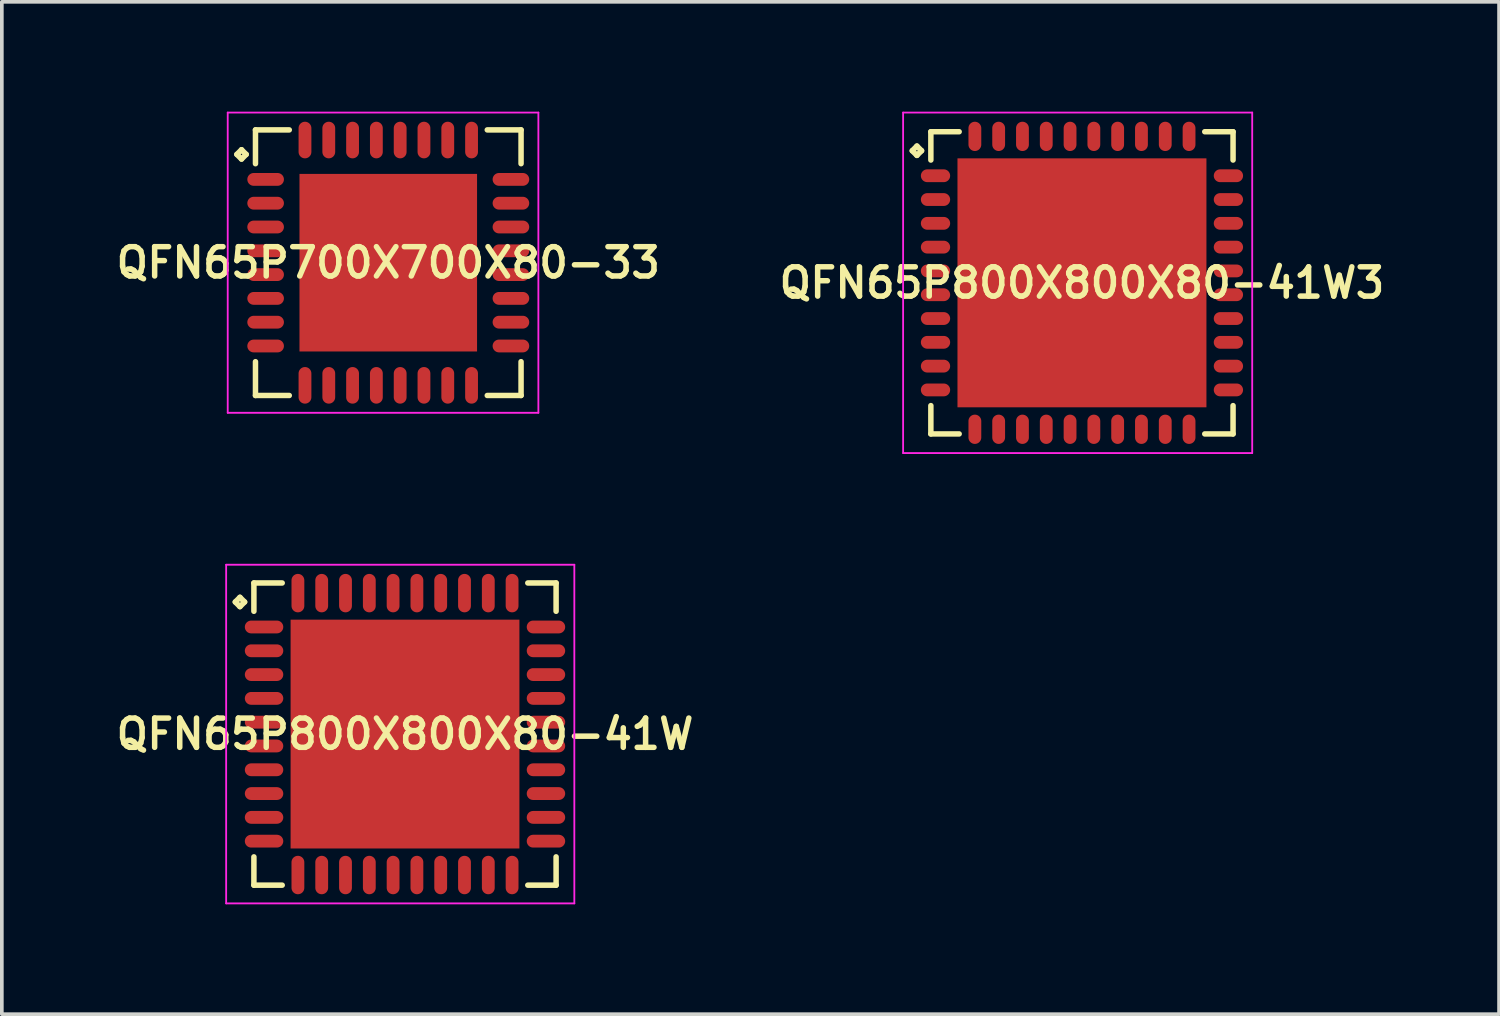
<source format=kicad_pcb>
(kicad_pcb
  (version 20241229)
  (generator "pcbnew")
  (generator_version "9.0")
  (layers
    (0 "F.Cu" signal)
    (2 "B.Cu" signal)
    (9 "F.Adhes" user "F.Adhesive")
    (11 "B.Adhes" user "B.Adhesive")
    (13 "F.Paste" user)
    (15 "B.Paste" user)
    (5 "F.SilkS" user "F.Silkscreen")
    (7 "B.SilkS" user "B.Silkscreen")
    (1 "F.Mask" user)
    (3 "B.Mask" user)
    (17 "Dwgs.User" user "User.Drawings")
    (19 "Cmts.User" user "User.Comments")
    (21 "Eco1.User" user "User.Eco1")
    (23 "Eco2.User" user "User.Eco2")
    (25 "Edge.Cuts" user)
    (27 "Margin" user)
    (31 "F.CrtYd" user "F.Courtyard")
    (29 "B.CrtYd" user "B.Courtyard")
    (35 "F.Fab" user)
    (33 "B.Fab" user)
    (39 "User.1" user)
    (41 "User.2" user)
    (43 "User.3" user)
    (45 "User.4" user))
  (footprint "QFN65P800X800X80-41W3"
    (layer "F.Cu")
    (at 26.502 4.675)
    (property "Reference" "QFN65P800X800X80-41W3" (at 0 0 0) (layer "F.SilkS") (effects (font (size 0.8 0.8) (thickness 0.15))))
    (attr smd)
    (fp_line (start -4.635 -3.608) (end -4.508 -3.735) (stroke (width 0.15) (type solid)) (layer "F.SilkS"))
    (fp_line (start -4.508 -3.735) (end -4.381 -3.608) (stroke (width 0.15) (type solid)) (layer "F.SilkS"))
    (fp_line (start -4.508 -3.481) (end -4.635 -3.608) (stroke (width 0.15) (type solid)) (layer "F.SilkS"))
    (fp_line (start -4.381 -3.608) (end -4.508 -3.481) (stroke (width 0.15) (type solid)) (layer "F.SilkS"))
    (fp_line (start -4.127 -4.127) (end -3.354 -4.127) (stroke (width 0.15) (type solid)) (layer "F.SilkS"))
    (fp_line (start -4.127 -3.354) (end -4.127 -4.127) (stroke (width 0.15) (type solid)) (layer "F.SilkS"))
    (fp_line (start -4.127 3.354) (end -4.127 4.127) (stroke (width 0.15) (type solid)) (layer "F.SilkS"))
    (fp_line (start -4.127 4.127) (end -3.354 4.127) (stroke (width 0.15) (type solid)) (layer "F.SilkS"))
    (fp_line (start 3.354 -4.127) (end 4.127 -4.127) (stroke (width 0.15) (type solid)) (layer "F.SilkS"))
    (fp_line (start 3.354 4.127) (end 4.127 4.127) (stroke (width 0.15) (type solid)) (layer "F.SilkS"))
    (fp_line (start 4.127 -4.127) (end 4.127 -3.354) (stroke (width 0.15) (type solid)) (layer "F.SilkS"))
    (fp_line (start 4.127 4.127) (end 4.127 3.354) (stroke (width 0.15) (type solid)) (layer "F.SilkS"))
    (fp_line (start -4.885 -4.65) (end 4.65 -4.65) (stroke (width 0.05) (type solid)) (layer "F.CrtYd"))
    (fp_line (start -4.885 4.65) (end -4.885 -4.65) (stroke (width 0.05) (type solid)) (layer "F.CrtYd"))
    (fp_line (start 4.65 -4.65) (end 4.65 4.65) (stroke (width 0.05) (type solid)) (layer "F.CrtYd"))
    (fp_line (start 4.65 4.65) (end -4.885 4.65) (stroke (width 0.05) (type solid)) (layer "F.CrtYd"))
    (pad "1" smd oval (at -4 -2.925) (size 0.8 0.35) (layers "F.Cu" "F.Mask" "F.Paste"))
    (pad "2" smd oval (at -4 -2.275) (size 0.8 0.35) (layers "F.Cu" "F.Mask" "F.Paste"))
    (pad "3" smd oval (at -4 -1.625) (size 0.8 0.35) (layers "F.Cu" "F.Mask" "F.Paste"))
    (pad "4" smd oval (at -4 -0.975) (size 0.8 0.35) (layers "F.Cu" "F.Mask" "F.Paste"))
    (pad "5" smd oval (at -4 -0.325) (size 0.8 0.35) (layers "F.Cu" "F.Mask" "F.Paste"))
    (pad "6" smd oval (at -4 0.325) (size 0.8 0.35) (layers "F.Cu" "F.Mask" "F.Paste"))
    (pad "7" smd oval (at -4 0.975) (size 0.8 0.35) (layers "F.Cu" "F.Mask" "F.Paste"))
    (pad "8" smd oval (at -4 1.625) (size 0.8 0.35) (layers "F.Cu" "F.Mask" "F.Paste"))
    (pad "9" smd oval (at -4 2.275) (size 0.8 0.35) (layers "F.Cu" "F.Mask" "F.Paste"))
    (pad "10" smd oval (at -4 2.925) (size 0.8 0.35) (layers "F.Cu" "F.Mask" "F.Paste"))
    (pad "11" smd oval (at -2.925 4) (size 0.35 0.8) (layers "F.Cu" "F.Mask" "F.Paste"))
    (pad "12" smd oval (at -2.275 4) (size 0.35 0.8) (layers "F.Cu" "F.Mask" "F.Paste"))
    (pad "13" smd oval (at -1.625 4) (size 0.35 0.8) (layers "F.Cu" "F.Mask" "F.Paste"))
    (pad "14" smd oval (at -0.975 4) (size 0.35 0.8) (layers "F.Cu" "F.Mask" "F.Paste"))
    (pad "15" smd oval (at -0.325 4) (size 0.35 0.8) (layers "F.Cu" "F.Mask" "F.Paste"))
    (pad "16" smd oval (at 0.325 4) (size 0.35 0.8) (layers "F.Cu" "F.Mask" "F.Paste"))
    (pad "17" smd oval (at 0.975 4) (size 0.35 0.8) (layers "F.Cu" "F.Mask" "F.Paste"))
    (pad "18" smd oval (at 1.625 4) (size 0.35 0.8) (layers "F.Cu" "F.Mask" "F.Paste"))
    (pad "19" smd oval (at 2.275 4) (size 0.35 0.8) (layers "F.Cu" "F.Mask" "F.Paste"))
    (pad "20" smd oval (at 2.925 4) (size 0.35 0.8) (layers "F.Cu" "F.Mask" "F.Paste"))
    (pad "21" smd oval (at 4 2.925) (size 0.8 0.35) (layers "F.Cu" "F.Mask" "F.Paste"))
    (pad "22" smd oval (at 4 2.275) (size 0.8 0.35) (layers "F.Cu" "F.Mask" "F.Paste"))
    (pad "23" smd oval (at 4 1.625) (size 0.8 0.35) (layers "F.Cu" "F.Mask" "F.Paste"))
    (pad "24" smd oval (at 4 0.975) (size 0.8 0.35) (layers "F.Cu" "F.Mask" "F.Paste"))
    (pad "25" smd oval (at 4 0.325) (size 0.8 0.35) (layers "F.Cu" "F.Mask" "F.Paste"))
    (pad "26" smd oval (at 4 -0.325) (size 0.8 0.35) (layers "F.Cu" "F.Mask" "F.Paste"))
    (pad "27" smd oval (at 4 -0.975) (size 0.8 0.35) (layers "F.Cu" "F.Mask" "F.Paste"))
    (pad "28" smd oval (at 4 -1.625) (size 0.8 0.35) (layers "F.Cu" "F.Mask" "F.Paste"))
    (pad "29" smd oval (at 4 -2.275) (size 0.8 0.35) (layers "F.Cu" "F.Mask" "F.Paste"))
    (pad "30" smd oval (at 4 -2.925) (size 0.8 0.35) (layers "F.Cu" "F.Mask" "F.Paste"))
    (pad "31" smd oval (at 2.925 -4) (size 0.35 0.8) (layers "F.Cu" "F.Mask" "F.Paste"))
    (pad "32" smd oval (at 2.275 -4) (size 0.35 0.8) (layers "F.Cu" "F.Mask" "F.Paste"))
    (pad "33" smd oval (at 1.625 -4) (size 0.35 0.8) (layers "F.Cu" "F.Mask" "F.Paste"))
    (pad "34" smd oval (at 0.975 -4) (size 0.35 0.8) (layers "F.Cu" "F.Mask" "F.Paste"))
    (pad "35" smd oval (at 0.325 -4) (size 0.35 0.8) (layers "F.Cu" "F.Mask" "F.Paste"))
    (pad "36" smd oval (at -0.325 -4) (size 0.35 0.8) (layers "F.Cu" "F.Mask" "F.Paste"))
    (pad "37" smd oval (at -0.975 -4) (size 0.35 0.8) (layers "F.Cu" "F.Mask" "F.Paste"))
    (pad "38" smd oval (at -1.625 -4) (size 0.35 0.8) (layers "F.Cu" "F.Mask" "F.Paste"))
    (pad "39" smd oval (at -2.275 -4) (size 0.35 0.8) (layers "F.Cu" "F.Mask" "F.Paste"))
    (pad "40" smd oval (at -2.925 -4) (size 0.35 0.8) (layers "F.Cu" "F.Mask" "F.Paste"))
    (pad "41" smd rect (at 0 0) (size 6.8 6.8) (layers "F.Cu" "F.Mask" "F.Paste")))
  (footprint "QFN65P800X800X80-41W"
    (layer "F.Cu")
    (at 8.012 17)
    (property "Reference" "QFN65P800X800X80-41W" (at 0 0 0) (layer "F.SilkS") (effects (font (size 0.8 0.8) (thickness 0.15))))
    (attr smd)
    (fp_line (start -4.635 -3.608) (end -4.508 -3.735) (stroke (width 0.15) (type solid)) (layer "F.SilkS"))
    (fp_line (start -4.508 -3.735) (end -4.381 -3.608) (stroke (width 0.15) (type solid)) (layer "F.SilkS"))
    (fp_line (start -4.508 -3.481) (end -4.635 -3.608) (stroke (width 0.15) (type solid)) (layer "F.SilkS"))
    (fp_line (start -4.381 -3.608) (end -4.508 -3.481) (stroke (width 0.15) (type solid)) (layer "F.SilkS"))
    (fp_line (start -4.127 -4.127) (end -3.354 -4.127) (stroke (width 0.15) (type solid)) (layer "F.SilkS"))
    (fp_line (start -4.127 -3.354) (end -4.127 -4.127) (stroke (width 0.15) (type solid)) (layer "F.SilkS"))
    (fp_line (start -4.127 3.354) (end -4.127 4.127) (stroke (width 0.15) (type solid)) (layer "F.SilkS"))
    (fp_line (start -4.127 4.127) (end -3.354 4.127) (stroke (width 0.15) (type solid)) (layer "F.SilkS"))
    (fp_line (start 3.354 -4.127) (end 4.127 -4.127) (stroke (width 0.15) (type solid)) (layer "F.SilkS"))
    (fp_line (start 3.354 4.127) (end 4.127 4.127) (stroke (width 0.15) (type solid)) (layer "F.SilkS"))
    (fp_line (start 4.127 -4.127) (end 4.127 -3.354) (stroke (width 0.15) (type solid)) (layer "F.SilkS"))
    (fp_line (start 4.127 4.127) (end 4.127 3.354) (stroke (width 0.15) (type solid)) (layer "F.SilkS"))
    (fp_line (start -4.885 -4.625) (end 4.625 -4.625) (stroke (width 0.05) (type solid)) (layer "F.CrtYd"))
    (fp_line (start -4.885 4.625) (end -4.885 -4.625) (stroke (width 0.05) (type solid)) (layer "F.CrtYd"))
    (fp_line (start 4.625 -4.625) (end 4.625 4.625) (stroke (width 0.05) (type solid)) (layer "F.CrtYd"))
    (fp_line (start 4.625 4.625) (end -4.885 4.625) (stroke (width 0.05) (type solid)) (layer "F.CrtYd"))
    (pad "1" smd oval (at -3.85 -2.925) (size 1.05 0.35) (layers "F.Cu" "F.Mask" "F.Paste"))
    (pad "2" smd oval (at -3.85 -2.275) (size 1.05 0.35) (layers "F.Cu" "F.Mask" "F.Paste"))
    (pad "3" smd oval (at -3.85 -1.625) (size 1.05 0.35) (layers "F.Cu" "F.Mask" "F.Paste"))
    (pad "4" smd oval (at -3.85 -0.975) (size 1.05 0.35) (layers "F.Cu" "F.Mask" "F.Paste"))
    (pad "5" smd oval (at -3.85 -0.325) (size 1.05 0.35) (layers "F.Cu" "F.Mask" "F.Paste"))
    (pad "6" smd oval (at -3.85 0.325) (size 1.05 0.35) (layers "F.Cu" "F.Mask" "F.Paste"))
    (pad "7" smd oval (at -3.85 0.975) (size 1.05 0.35) (layers "F.Cu" "F.Mask" "F.Paste"))
    (pad "8" smd oval (at -3.85 1.625) (size 1.05 0.35) (layers "F.Cu" "F.Mask" "F.Paste"))
    (pad "9" smd oval (at -3.85 2.275) (size 1.05 0.35) (layers "F.Cu" "F.Mask" "F.Paste"))
    (pad "10" smd oval (at -3.85 2.925) (size 1.05 0.35) (layers "F.Cu" "F.Mask" "F.Paste"))
    (pad "11" smd oval (at -2.925 3.85) (size 0.35 1.05) (layers "F.Cu" "F.Mask" "F.Paste"))
    (pad "12" smd oval (at -2.275 3.85) (size 0.35 1.05) (layers "F.Cu" "F.Mask" "F.Paste"))
    (pad "13" smd oval (at -1.625 3.85) (size 0.35 1.05) (layers "F.Cu" "F.Mask" "F.Paste"))
    (pad "14" smd oval (at -0.975 3.85) (size 0.35 1.05) (layers "F.Cu" "F.Mask" "F.Paste"))
    (pad "15" smd oval (at -0.325 3.85) (size 0.35 1.05) (layers "F.Cu" "F.Mask" "F.Paste"))
    (pad "16" smd oval (at 0.325 3.85) (size 0.35 1.05) (layers "F.Cu" "F.Mask" "F.Paste"))
    (pad "17" smd oval (at 0.975 3.85) (size 0.35 1.05) (layers "F.Cu" "F.Mask" "F.Paste"))
    (pad "18" smd oval (at 1.625 3.85) (size 0.35 1.05) (layers "F.Cu" "F.Mask" "F.Paste"))
    (pad "19" smd oval (at 2.275 3.85) (size 0.35 1.05) (layers "F.Cu" "F.Mask" "F.Paste"))
    (pad "20" smd oval (at 2.925 3.85) (size 0.35 1.05) (layers "F.Cu" "F.Mask" "F.Paste"))
    (pad "21" smd oval (at 3.85 2.925) (size 1.05 0.35) (layers "F.Cu" "F.Mask" "F.Paste"))
    (pad "22" smd oval (at 3.85 2.275) (size 1.05 0.35) (layers "F.Cu" "F.Mask" "F.Paste"))
    (pad "23" smd oval (at 3.85 1.625) (size 1.05 0.35) (layers "F.Cu" "F.Mask" "F.Paste"))
    (pad "24" smd oval (at 3.85 0.975) (size 1.05 0.35) (layers "F.Cu" "F.Mask" "F.Paste"))
    (pad "25" smd oval (at 3.85 0.325) (size 1.05 0.35) (layers "F.Cu" "F.Mask" "F.Paste"))
    (pad "26" smd oval (at 3.85 -0.325) (size 1.05 0.35) (layers "F.Cu" "F.Mask" "F.Paste"))
    (pad "27" smd oval (at 3.85 -0.975) (size 1.05 0.35) (layers "F.Cu" "F.Mask" "F.Paste"))
    (pad "28" smd oval (at 3.85 -1.625) (size 1.05 0.35) (layers "F.Cu" "F.Mask" "F.Paste"))
    (pad "29" smd oval (at 3.85 -2.275) (size 1.05 0.35) (layers "F.Cu" "F.Mask" "F.Paste"))
    (pad "30" smd oval (at 3.85 -2.925) (size 1.05 0.35) (layers "F.Cu" "F.Mask" "F.Paste"))
    (pad "31" smd oval (at 2.925 -3.85) (size 0.35 1.05) (layers "F.Cu" "F.Mask" "F.Paste"))
    (pad "32" smd oval (at 2.275 -3.85) (size 0.35 1.05) (layers "F.Cu" "F.Mask" "F.Paste"))
    (pad "33" smd oval (at 1.625 -3.85) (size 0.35 1.05) (layers "F.Cu" "F.Mask" "F.Paste"))
    (pad "34" smd oval (at 0.975 -3.85) (size 0.35 1.05) (layers "F.Cu" "F.Mask" "F.Paste"))
    (pad "35" smd oval (at 0.325 -3.85) (size 0.35 1.05) (layers "F.Cu" "F.Mask" "F.Paste"))
    (pad "36" smd oval (at -0.325 -3.85) (size 0.35 1.05) (layers "F.Cu" "F.Mask" "F.Paste"))
    (pad "37" smd oval (at -0.975 -3.85) (size 0.35 1.05) (layers "F.Cu" "F.Mask" "F.Paste"))
    (pad "38" smd oval (at -1.625 -3.85) (size 0.35 1.05) (layers "F.Cu" "F.Mask" "F.Paste"))
    (pad "39" smd oval (at -2.275 -3.85) (size 0.35 1.05) (layers "F.Cu" "F.Mask" "F.Paste"))
    (pad "40" smd oval (at -2.925 -3.85) (size 0.35 1.05) (layers "F.Cu" "F.Mask" "F.Paste"))
    (pad "41" smd rect (at 0 0) (size 6.25 6.25) (layers "F.Cu" "F.Mask" "F.Paste")))
  (footprint "QFN65P700X700X80-33"
    (layer "F.Cu")
    (at 7.555 4.125)
    (property "Reference" "QFN65P700X700X80-33" (at 0 0 0) (layer "F.SilkS") (effects (font (size 0.8 0.8) (thickness 0.15))))
    (attr smd)
    (fp_line (start -4.135 -2.958) (end -4.008 -3.085) (stroke (width 0.15) (type solid)) (layer "F.SilkS"))
    (fp_line (start -4.008 -3.085) (end -3.881 -2.958) (stroke (width 0.15) (type solid)) (layer "F.SilkS"))
    (fp_line (start -4.008 -2.831) (end -4.135 -2.958) (stroke (width 0.15) (type solid)) (layer "F.SilkS"))
    (fp_line (start -3.881 -2.958) (end -4.008 -2.831) (stroke (width 0.15) (type solid)) (layer "F.SilkS"))
    (fp_line (start -3.627 -3.627) (end -2.704 -3.627) (stroke (width 0.15) (type solid)) (layer "F.SilkS"))
    (fp_line (start -3.627 -2.704) (end -3.627 -3.627) (stroke (width 0.15) (type solid)) (layer "F.SilkS"))
    (fp_line (start -3.627 2.704) (end -3.627 3.627) (stroke (width 0.15) (type solid)) (layer "F.SilkS"))
    (fp_line (start -3.627 3.627) (end -2.704 3.627) (stroke (width 0.15) (type solid)) (layer "F.SilkS"))
    (fp_line (start 2.704 -3.627) (end 3.627 -3.627) (stroke (width 0.15) (type solid)) (layer "F.SilkS"))
    (fp_line (start 2.704 3.627) (end 3.627 3.627) (stroke (width 0.15) (type solid)) (layer "F.SilkS"))
    (fp_line (start 3.627 -3.627) (end 3.627 -2.704) (stroke (width 0.15) (type solid)) (layer "F.SilkS"))
    (fp_line (start 3.627 3.627) (end 3.627 2.704) (stroke (width 0.15) (type solid)) (layer "F.SilkS"))
    (fp_line (start -4.385 -4.1) (end 4.1 -4.1) (stroke (width 0.05) (type solid)) (layer "F.CrtYd"))
    (fp_line (start -4.385 4.1) (end -4.385 -4.1) (stroke (width 0.05) (type solid)) (layer "F.CrtYd"))
    (fp_line (start 4.1 -4.1) (end 4.1 4.1) (stroke (width 0.05) (type solid)) (layer "F.CrtYd"))
    (fp_line (start 4.1 4.1) (end -4.385 4.1) (stroke (width 0.05) (type solid)) (layer "F.CrtYd"))
    (pad "1" smd oval (at -3.35 -2.275) (size 1 0.35) (layers "F.Cu" "F.Mask" "F.Paste"))
    (pad "2" smd oval (at -3.35 -1.625) (size 1 0.35) (layers "F.Cu" "F.Mask" "F.Paste"))
    (pad "3" smd oval (at -3.35 -0.975) (size 1 0.35) (layers "F.Cu" "F.Mask" "F.Paste"))
    (pad "4" smd oval (at -3.35 -0.325) (size 1 0.35) (layers "F.Cu" "F.Mask" "F.Paste"))
    (pad "5" smd oval (at -3.35 0.325) (size 1 0.35) (layers "F.Cu" "F.Mask" "F.Paste"))
    (pad "6" smd oval (at -3.35 0.975) (size 1 0.35) (layers "F.Cu" "F.Mask" "F.Paste"))
    (pad "7" smd oval (at -3.35 1.625) (size 1 0.35) (layers "F.Cu" "F.Mask" "F.Paste"))
    (pad "8" smd oval (at -3.35 2.275) (size 1 0.35) (layers "F.Cu" "F.Mask" "F.Paste"))
    (pad "9" smd oval (at -2.275 3.35) (size 0.35 1) (layers "F.Cu" "F.Mask" "F.Paste"))
    (pad "10" smd oval (at -1.625 3.35) (size 0.35 1) (layers "F.Cu" "F.Mask" "F.Paste"))
    (pad "11" smd oval (at -0.975 3.35) (size 0.35 1) (layers "F.Cu" "F.Mask" "F.Paste"))
    (pad "12" smd oval (at -0.325 3.35) (size 0.35 1) (layers "F.Cu" "F.Mask" "F.Paste"))
    (pad "13" smd oval (at 0.325 3.35) (size 0.35 1) (layers "F.Cu" "F.Mask" "F.Paste"))
    (pad "14" smd oval (at 0.975 3.35) (size 0.35 1) (layers "F.Cu" "F.Mask" "F.Paste"))
    (pad "15" smd oval (at 1.625 3.35) (size 0.35 1) (layers "F.Cu" "F.Mask" "F.Paste"))
    (pad "16" smd oval (at 2.275 3.35) (size 0.35 1) (layers "F.Cu" "F.Mask" "F.Paste"))
    (pad "17" smd oval (at 3.35 2.275) (size 1 0.35) (layers "F.Cu" "F.Mask" "F.Paste"))
    (pad "18" smd oval (at 3.35 1.625) (size 1 0.35) (layers "F.Cu" "F.Mask" "F.Paste"))
    (pad "19" smd oval (at 3.35 0.975) (size 1 0.35) (layers "F.Cu" "F.Mask" "F.Paste"))
    (pad "20" smd oval (at 3.35 0.325) (size 1 0.35) (layers "F.Cu" "F.Mask" "F.Paste"))
    (pad "21" smd oval (at 3.35 -0.325) (size 1 0.35) (layers "F.Cu" "F.Mask" "F.Paste"))
    (pad "22" smd oval (at 3.35 -0.975) (size 1 0.35) (layers "F.Cu" "F.Mask" "F.Paste"))
    (pad "23" smd oval (at 3.35 -1.625) (size 1 0.35) (layers "F.Cu" "F.Mask" "F.Paste"))
    (pad "24" smd oval (at 3.35 -2.275) (size 1 0.35) (layers "F.Cu" "F.Mask" "F.Paste"))
    (pad "25" smd oval (at 2.275 -3.35) (size 0.35 1) (layers "F.Cu" "F.Mask" "F.Paste"))
    (pad "26" smd oval (at 1.625 -3.35) (size 0.35 1) (layers "F.Cu" "F.Mask" "F.Paste"))
    (pad "27" smd oval (at 0.975 -3.35) (size 0.35 1) (layers "F.Cu" "F.Mask" "F.Paste"))
    (pad "28" smd oval (at 0.325 -3.35) (size 0.35 1) (layers "F.Cu" "F.Mask" "F.Paste"))
    (pad "29" smd oval (at -0.325 -3.35) (size 0.35 1) (layers "F.Cu" "F.Mask" "F.Paste"))
    (pad "30" smd oval (at -0.975 -3.35) (size 0.35 1) (layers "F.Cu" "F.Mask" "F.Paste"))
    (pad "31" smd oval (at -1.625 -3.35) (size 0.35 1) (layers "F.Cu" "F.Mask" "F.Paste"))
    (pad "32" smd oval (at -2.275 -3.35) (size 0.35 1) (layers "F.Cu" "F.Mask" "F.Paste"))
    (pad "33" smd rect (at 0 0) (size 4.85 4.85) (layers "F.Cu" "F.Mask" "F.Paste")))
  (gr_rect
    (start -3 -3)
    (end 37.894 24.65)
    (stroke (width 0.1) (type default))
    (fill no)
    (layer "Edge.Cuts")))
</source>
